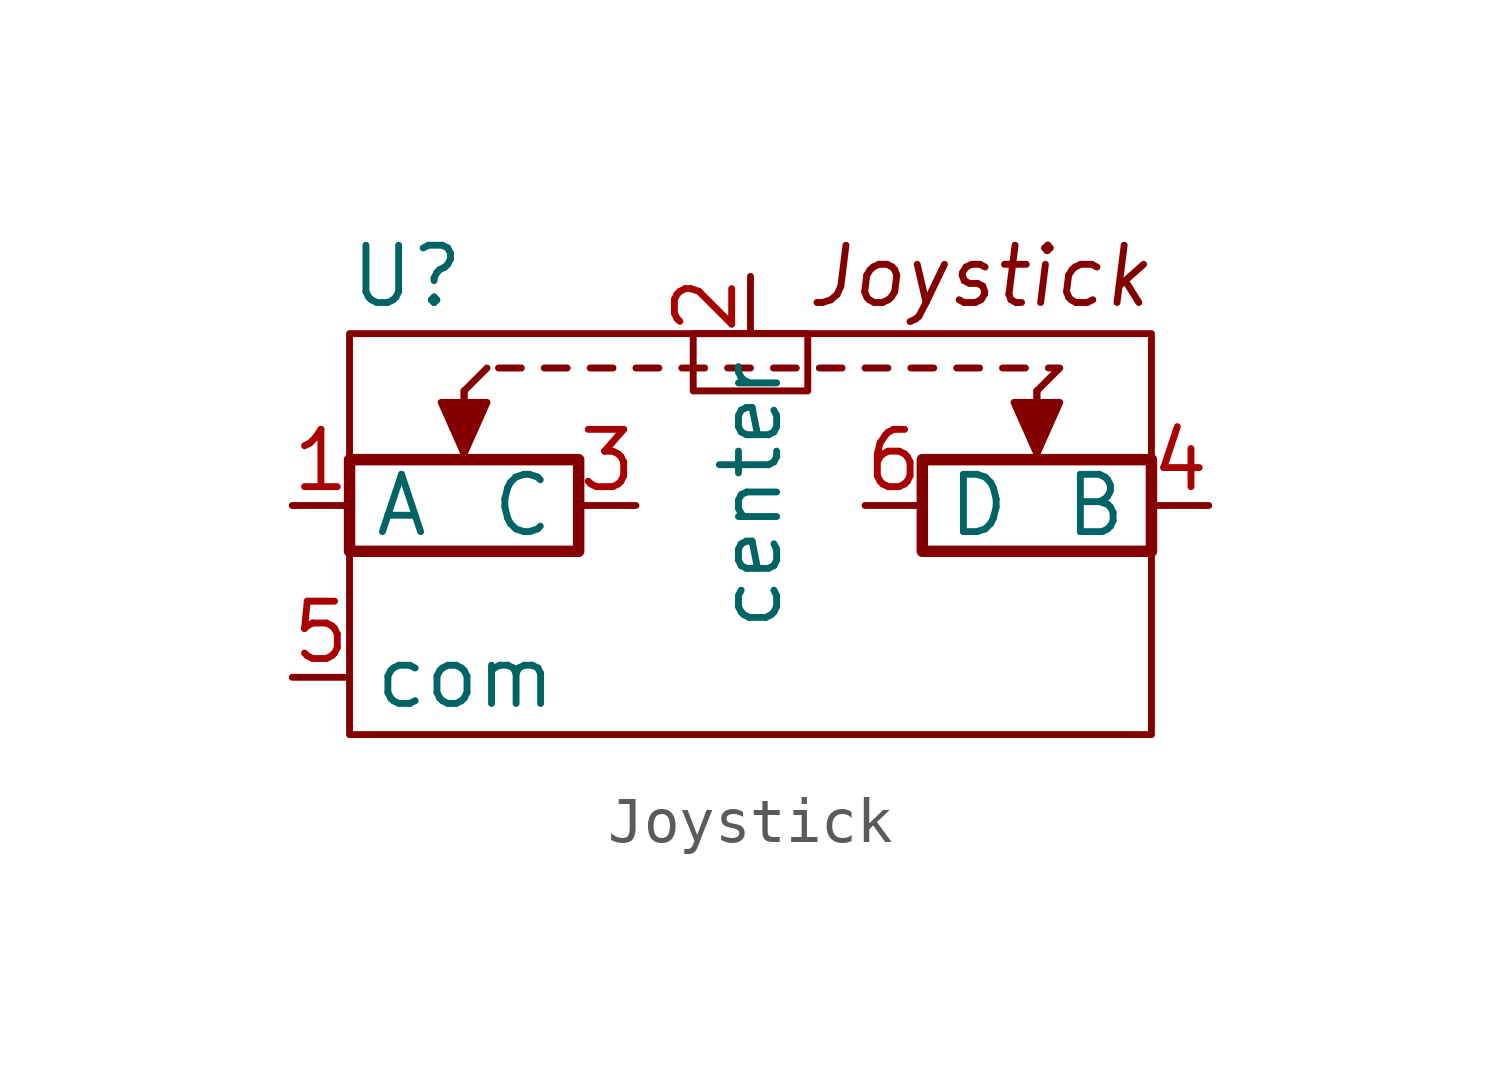
<source format=kicad_sym>
(kicad_symbol_lib
  (version 20220914)
  (generator kicad_symbol_editor)
  (symbol "Joystick"
    (property "Reference" "U"
      (at -7.62 5.08 0)
      (effects (font (size 1.27 1.27))))
    (property "Value" ""
      (at 0 0 0)
      (effects (font (size 1.27 1.27))))
    (symbol "Joystick_0_1"
      (rectangle (start -8.89 1.016) (end -3.81 -1.016) (stroke (width 0.254) (type default)) (fill (type none)))
      (rectangle (start -8.89 3.81) (end 8.89 -5.08) (stroke (width 0) (type default)) (fill (type none)))
      (rectangle (start -1.27 3.81) (end 1.27 2.54) (stroke (width 0) (type default)) (fill (type none)))
      (polyline (pts (xy -6.35 2.54) (xy -6.35 1.524)) (stroke (width 0) (type default)) (fill (type none)))
      (polyline (pts (xy -6.35 2.54) (xy -6.35 1.524)) (stroke (width 0) (type default)) (fill (type none)))
      (polyline (pts (xy -6.35 2.54) (xy -5.842 3.048)) (stroke (width 0) (type default)) (fill (type none)))
      (polyline (pts (xy -5.588 3.048) (xy -5.08 3.048)) (stroke (width 0) (type default)) (fill (type none)))
      (polyline (pts (xy -4.572 3.048) (xy -4.064 3.048)) (stroke (width 0) (type default)) (fill (type none)))
      (polyline (pts (xy -3.556 3.048) (xy -3.048 3.048)) (stroke (width 0) (type default)) (fill (type none)))
      (polyline (pts (xy -2.54 3.048) (xy -2.032 3.048)) (stroke (width 0) (type default)) (fill (type none)))
      (polyline (pts (xy -1.524 3.048) (xy -1.016 3.048)) (stroke (width 0) (type default)) (fill (type none)))
      (polyline (pts (xy -0.508 3.048) (xy 0 3.048)) (stroke (width 0) (type default)) (fill (type none)))
      (polyline (pts (xy 0.508 3.048) (xy 1.016 3.048)) (stroke (width 0) (type default)) (fill (type none)))
      (polyline (pts (xy 1.524 3.048) (xy 2.032 3.048)) (stroke (width 0) (type default)) (fill (type none)))
      (polyline (pts (xy 2.54 3.048) (xy 3.048 3.048)) (stroke (width 0) (type default)) (fill (type none)))
      (polyline (pts (xy 3.556 3.048) (xy 4.064 3.048)) (stroke (width 0) (type default)) (fill (type none)))
      (polyline (pts (xy 4.572 3.048) (xy 5.08 3.048)) (stroke (width 0) (type default)) (fill (type none)))
      (polyline (pts (xy 5.588 3.048) (xy 6.096 3.048)) (stroke (width 0) (type default)) (fill (type none)))
      (polyline (pts (xy 6.35 2.54) (xy 6.35 1.524)) (stroke (width 0) (type default)) (fill (type none)))
      (polyline (pts (xy 6.35 2.54) (xy 6.35 1.524)) (stroke (width 0) (type default)) (fill (type none)))
      (polyline (pts (xy 6.604 3.048) (xy 6.858 3.048) (xy 6.35 2.54)) (stroke (width 0) (type default)) (fill (type none)))
      (polyline (pts (xy -6.35 1.143) (xy -6.858 2.286) (xy -5.842 2.286) (xy -6.35 1.143)) (stroke (width 0) (type default)) (fill (type outline)))
      (polyline (pts (xy 6.35 1.143) (xy 5.842 2.286) (xy 6.858 2.286) (xy 6.35 1.143)) (stroke (width 0) (type default)) (fill (type outline)))
      (rectangle (start 3.81 1.016) (end 8.89 -1.016) (stroke (width 0.254) (type default)) (fill (type none))))
    (symbol "Joystick_1_1"
      (text "Joystick" (at 5.08 5.08 0) (effects (font (size 1.27 1.27) italic)))
      (pin passive line (at -10.16 0 0) (length 1.27) (name "A" (effects (font (size 1.27 1.27)))) (number "1" (effects (font (size 1.27 1.27)))))
      (pin passive line (at 0 5.08 270) (length 1.27) (name "center" (effects (font (size 1.27 1.27)))) (number "2" (effects (font (size 1.27 1.27)))))
      (pin passive line (at -2.54 0 180) (length 1.27) (name "C" (effects (font (size 1.27 1.27)))) (number "3" (effects (font (size 1.27 1.27)))))
      (pin passive line (at 10.16 0 180) (length 1.27) (name "B" (effects (font (size 1.27 1.27)))) (number "4" (effects (font (size 1.27 1.27)))))
      (pin passive line (at -10.16 -3.81 0) (length 1.27) (name "com" (effects (font (size 1.27 1.27)))) (number "5" (effects (font (size 1.27 1.27)))))
      (pin passive line (at 2.54 0 0) (length 1.27) (name "D" (effects (font (size 1.27 1.27)))) (number "6" (effects (font (size 1.27 1.27))))))))
</source>
